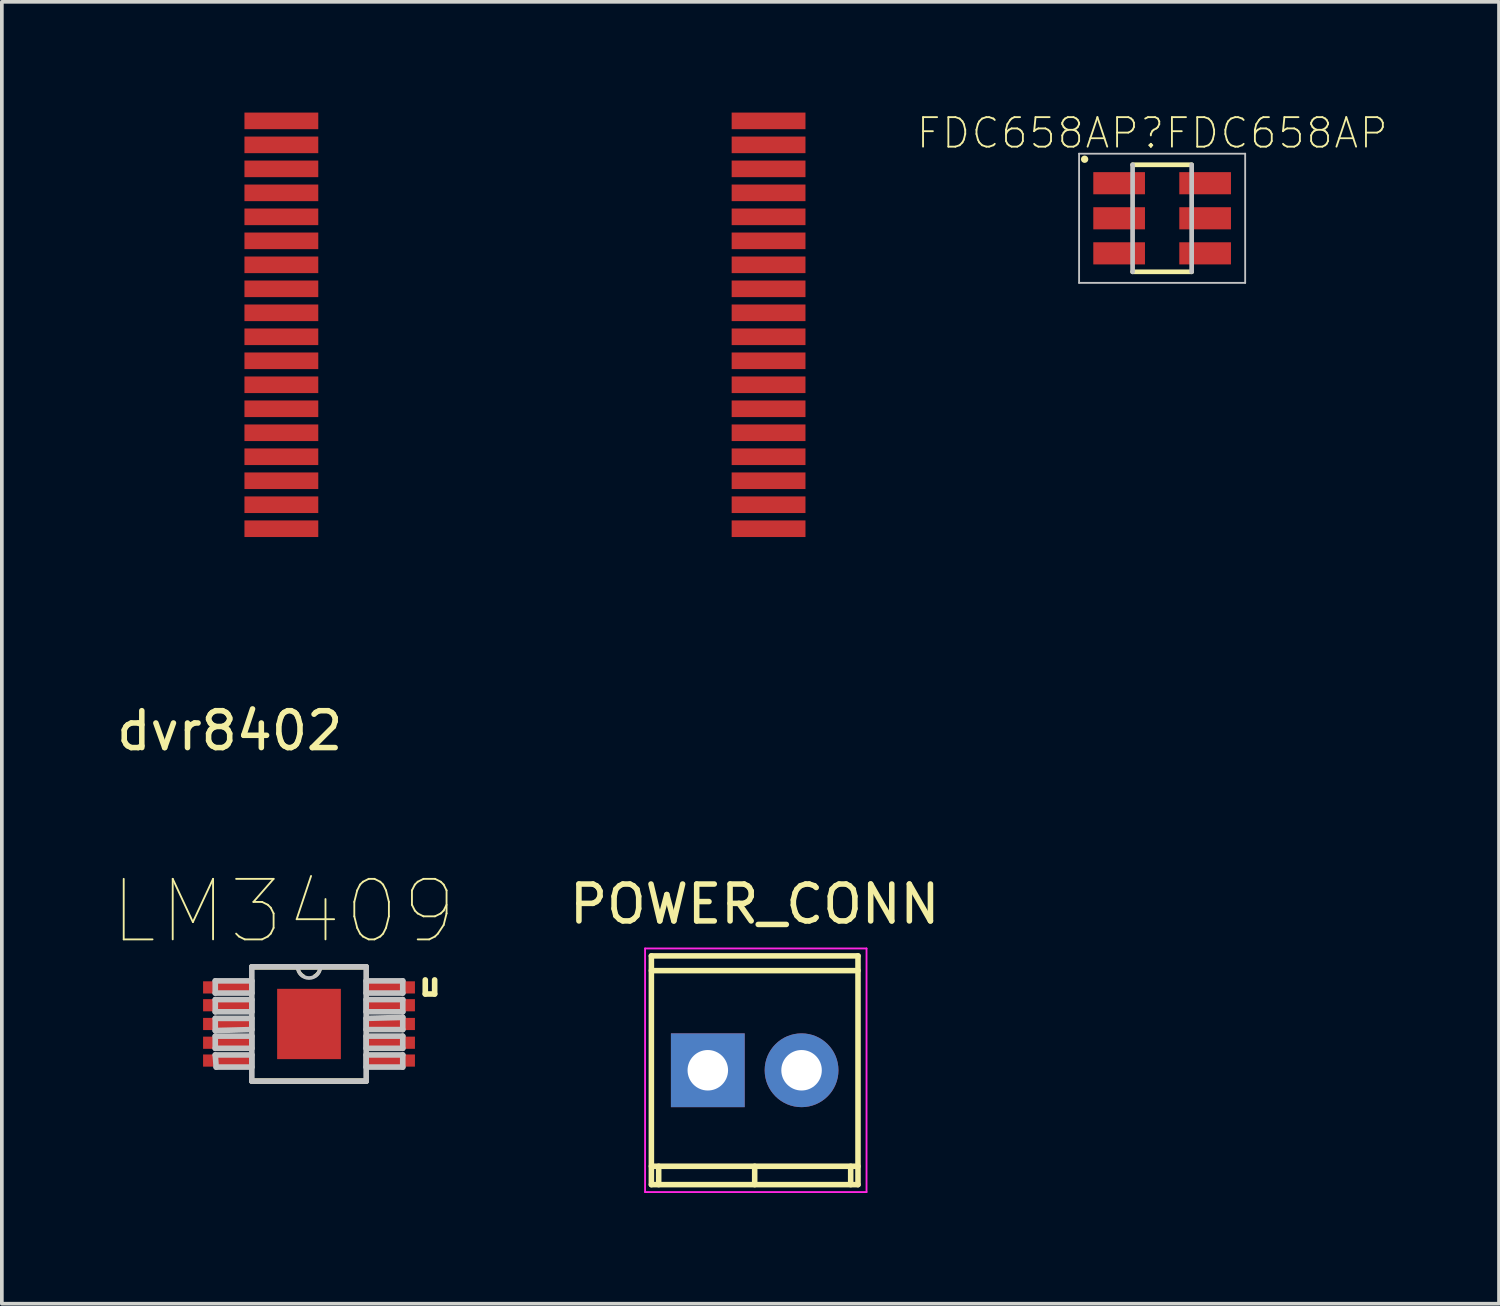
<source format=kicad_pcb>
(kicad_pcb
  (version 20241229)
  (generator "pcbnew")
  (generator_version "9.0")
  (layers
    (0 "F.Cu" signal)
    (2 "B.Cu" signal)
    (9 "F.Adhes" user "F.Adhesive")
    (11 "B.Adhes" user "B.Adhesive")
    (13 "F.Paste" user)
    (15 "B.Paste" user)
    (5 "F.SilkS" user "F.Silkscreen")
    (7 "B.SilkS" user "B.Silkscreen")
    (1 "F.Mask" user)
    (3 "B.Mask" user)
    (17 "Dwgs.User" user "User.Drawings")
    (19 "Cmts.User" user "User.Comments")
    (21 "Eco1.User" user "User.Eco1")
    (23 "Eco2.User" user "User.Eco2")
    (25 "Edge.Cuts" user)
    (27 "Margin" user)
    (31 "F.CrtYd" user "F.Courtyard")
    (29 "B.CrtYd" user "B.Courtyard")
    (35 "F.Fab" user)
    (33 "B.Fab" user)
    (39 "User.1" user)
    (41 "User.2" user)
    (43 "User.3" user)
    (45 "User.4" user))
  (footprint "FDC658AP\rFDC658AP"
    (layer "F.Cu")
    (at 28.436 2.864)
    (property "Reference" "FDC658AP\rFDC658AP" (at -0.268 -2.308 0) (layer "F.SilkS") (effects (font (size 0.8 0.8) (thickness 0.05))))
    (attr smd)
    (fp_line (start -0.8 -1.45) (end 0.8 -1.45) (stroke (width 0.127) (type solid)) (layer "F.SilkS"))
    (fp_line (start 0.8 1.45) (end -0.8 1.45) (stroke (width 0.127) (type solid)) (layer "F.SilkS"))
    (fp_circle (center -2.1 -1.6) (end -2.05 -1.6) (stroke (width 0.1) (type solid)) (fill no) (layer "F.SilkS"))
    (fp_line (start -2.25 -1.75) (end 2.25 -1.75) (stroke (width 0.05) (type solid)) (layer "Dwgs.User"))
    (fp_line (start -2.25 1.75) (end -2.25 -1.75) (stroke (width 0.05) (type solid)) (layer "Dwgs.User"))
    (fp_line (start -0.8 1.45) (end -0.8 -1.45) (stroke (width 0.127) (type solid)) (layer "Dwgs.User"))
    (fp_line (start 0.8 -1.45) (end 0.8 1.45) (stroke (width 0.127) (type solid)) (layer "Dwgs.User"))
    (fp_line (start 2.25 -1.75) (end 2.25 1.75) (stroke (width 0.05) (type solid)) (layer "Dwgs.User"))
    (fp_line (start 2.25 1.75) (end -2.25 1.75) (stroke (width 0.05) (type solid)) (layer "Dwgs.User"))
    (pad "1" smd rect (at -1.165 -0.95) (size 1.4 0.6) (layers "F.Cu" "F.Mask" "F.Paste"))
    (pad "2" smd rect (at -1.165 0) (size 1.4 0.6) (layers "F.Cu" "F.Mask" "F.Paste"))
    (pad "3" smd rect (at -1.165 0.95) (size 1.4 0.6) (layers "F.Cu" "F.Mask" "F.Paste"))
    (pad "4" smd rect (at 1.165 0.95) (size 1.4 0.6) (layers "F.Cu" "F.Mask" "F.Paste"))
    (pad "5" smd rect (at 1.165 0) (size 1.4 0.6) (layers "F.Cu" "F.Mask" "F.Paste"))
    (pad "6" smd rect (at 1.165 -0.95) (size 1.4 0.6) (layers "F.Cu" "F.Mask" "F.Paste")))
  (footprint "dvr8402"
    (layer "F.Cu")
    (at 11.173 5.75)
    (property "Reference" "dvr8402" (at -8 11 0) (layer "F.SilkS") (effects (font (size 1 1) (thickness 0.15))))
    (attr through_hole)
    (pad "1" smd rect (at 6.6 5.525) (size 2 0.45) (layers "F.Cu" "F.Paste"))
    (pad "2" smd rect (at -6.6 5.525) (size 2 0.45) (layers "F.Cu" "F.Paste"))
    (pad "3" smd rect (at 6.6 4.875) (size 2 0.45) (layers "F.Cu" "F.Paste"))
    (pad "4" smd rect (at -6.6 4.875) (size 2 0.45) (layers "F.Cu" "F.Paste"))
    (pad "5" smd rect (at 6.6 4.225) (size 2 0.45) (layers "F.Cu" "F.Paste"))
    (pad "6" smd rect (at -6.6 4.225) (size 2 0.45) (layers "F.Cu" "F.Paste"))
    (pad "7" smd rect (at 6.6 3.575) (size 2 0.45) (layers "F.Cu" "F.Paste"))
    (pad "8" smd rect (at -6.6 3.575) (size 2 0.45) (layers "F.Cu" "F.Paste"))
    (pad "9" smd rect (at 6.6 2.925) (size 2 0.45) (layers "F.Cu" "F.Paste"))
    (pad "10" smd rect (at -6.6 2.925) (size 2 0.45) (layers "F.Cu" "F.Paste"))
    (pad "11" smd rect (at 6.6 2.275) (size 2 0.45) (layers "F.Cu" "F.Paste"))
    (pad "12" smd rect (at -6.6 2.275) (size 2 0.45) (layers "F.Cu" "F.Paste"))
    (pad "13" smd rect (at 6.6 1.625) (size 2 0.45) (layers "F.Cu" "F.Paste"))
    (pad "14" smd rect (at -6.6 1.625) (size 2 0.45) (layers "F.Cu" "F.Paste"))
    (pad "15" smd rect (at 6.6 0.975) (size 2 0.45) (layers "F.Cu" "F.Paste"))
    (pad "16" smd rect (at -6.6 0.975) (size 2 0.45) (layers "F.Cu" "F.Paste"))
    (pad "17" smd rect (at 6.6 0.325) (size 2 0.45) (layers "F.Cu" "F.Paste"))
    (pad "18" smd rect (at -6.6 0.325) (size 2 0.45) (layers "F.Cu" "F.Paste"))
    (pad "19" smd rect (at 6.6 -0.325) (size 2 0.45) (layers "F.Cu" "F.Paste"))
    (pad "20" smd rect (at -6.6 -0.325) (size 2 0.45) (layers "F.Cu" "F.Paste"))
    (pad "21" smd rect (at 6.6 -0.975) (size 2 0.45) (layers "F.Cu" "F.Paste"))
    (pad "22" smd rect (at -6.6 -0.975) (size 2 0.45) (layers "F.Cu" "F.Paste"))
    (pad "23" smd rect (at 6.6 -1.625) (size 2 0.45) (layers "F.Cu" "F.Paste"))
    (pad "24" smd rect (at -6.6 -1.625) (size 2 0.45) (layers "F.Cu" "F.Paste"))
    (pad "25" smd rect (at 6.6 -2.275) (size 2 0.45) (layers "F.Cu" "F.Paste"))
    (pad "26" smd rect (at -6.6 -2.275) (size 2 0.45) (layers "F.Cu" "F.Paste"))
    (pad "27" smd rect (at 6.6 -2.925) (size 2 0.45) (layers "F.Cu" "F.Paste"))
    (pad "28" smd rect (at -6.6 -2.925) (size 2 0.45) (layers "F.Cu" "F.Paste"))
    (pad "29" smd rect (at 6.6 -3.575) (size 2 0.45) (layers "F.Cu" "F.Paste"))
    (pad "30" smd rect (at -6.6 -3.575) (size 2 0.45) (layers "F.Cu" "F.Paste"))
    (pad "31" smd rect (at 6.6 -4.225) (size 2 0.45) (layers "F.Cu" "F.Paste"))
    (pad "32" smd rect (at -6.6 -4.225) (size 2 0.45) (layers "F.Cu" "F.Paste"))
    (pad "33" smd rect (at 6.6 -4.875) (size 2 0.45) (layers "F.Cu" "F.Paste"))
    (pad "34" smd rect (at -6.6 -4.875) (size 2 0.45) (layers "F.Cu" "F.Paste"))
    (pad "35" smd rect (at 6.6 -5.525) (size 2 0.45) (layers "F.Cu" "F.Paste"))
    (pad "36" smd rect (at -6.6 -5.525) (size 2 0.45) (layers "F.Cu" "F.Paste")))
  (footprint "LM3409"
    (layer "F.Cu")
    (at 5.322 24.693)
    (property "Reference" "LM3409" (at -0.686 -3.048 0) (layer "F.SilkS") (effects (font (size 1.64 1.64) (thickness 0.05))))
    (attr smd)
    (fp_line (start -1.549 1.549) (end 1.549 1.549) (stroke (width 0.152) (type solid)) (layer "F.SilkS"))
    (fp_line (start -0.305 -1.549) (end -1.549 -1.549) (stroke (width 0.152) (type solid)) (layer "F.SilkS"))
    (fp_line (start 0.305 -1.549) (end -0.305 -1.549) (stroke (width 0.152) (type solid)) (layer "F.SilkS"))
    (fp_line (start 1.549 -1.549) (end 0.305 -1.549) (stroke (width 0.152) (type solid)) (layer "F.SilkS"))
    (fp_line (start 3.15 -0.813) (end 3.15 -1.194) (stroke (width 0.152) (type solid)) (layer "F.SilkS"))
    (fp_line (start 3.404 -1.194) (end 3.404 -0.813) (stroke (width 0.152) (type solid)) (layer "F.SilkS"))
    (fp_line (start 3.404 -0.813) (end 3.15 -0.813) (stroke (width 0.152) (type solid)) (layer "F.SilkS"))
    (fp_arc (start -0.152402 -1.295399) (mid -0.262631 -1.401982) (end -0.3048 -1.5494) (stroke (width 0.1) (type solid)) (layer "F.SilkS"))
    (fp_arc (start 0.304798 -1.549398) (mid 0.262628 -1.401982) (end 0.1524 -1.2954) (stroke (width 0.1) (type solid)) (layer "F.SilkS"))
    (fp_line (start -2.54 -1.168) (end -2.54 -0.838) (stroke (width 0.152) (type solid)) (layer "Dwgs.User"))
    (fp_line (start -2.54 -0.838) (end -1.549 -0.838) (stroke (width 0.152) (type solid)) (layer "Dwgs.User"))
    (fp_line (start -2.54 -0.66) (end -2.54 -0.33) (stroke (width 0.152) (type solid)) (layer "Dwgs.User"))
    (fp_line (start -2.54 -0.33) (end -1.549 -0.33) (stroke (width 0.152) (type solid)) (layer "Dwgs.User"))
    (fp_line (start -2.54 -0.152) (end -2.54 0.178) (stroke (width 0.152) (type solid)) (layer "Dwgs.User"))
    (fp_line (start -2.54 0.178) (end -1.549 0.152) (stroke (width 0.152) (type solid)) (layer "Dwgs.User"))
    (fp_line (start -2.54 0.33) (end -2.54 0.66) (stroke (width 0.152) (type solid)) (layer "Dwgs.User"))
    (fp_line (start -2.54 0.66) (end -1.549 0.66) (stroke (width 0.152) (type solid)) (layer "Dwgs.User"))
    (fp_line (start -2.54 0.838) (end -2.515 1.168) (stroke (width 0.152) (type solid)) (layer "Dwgs.User"))
    (fp_line (start -2.515 1.168) (end -1.549 1.168) (stroke (width 0.152) (type solid)) (layer "Dwgs.User"))
    (fp_line (start -1.549 -1.549) (end -1.549 1.549) (stroke (width 0.152) (type solid)) (layer "Dwgs.User"))
    (fp_line (start -1.549 -1.168) (end -2.54 -1.168) (stroke (width 0.152) (type solid)) (layer "Dwgs.User"))
    (fp_line (start -1.549 -0.838) (end -1.549 -1.168) (stroke (width 0.152) (type solid)) (layer "Dwgs.User"))
    (fp_line (start -1.549 -0.66) (end -2.54 -0.66) (stroke (width 0.152) (type solid)) (layer "Dwgs.User"))
    (fp_line (start -1.549 -0.33) (end -1.549 -0.66) (stroke (width 0.152) (type solid)) (layer "Dwgs.User"))
    (fp_line (start -1.549 -0.152) (end -2.54 -0.152) (stroke (width 0.152) (type solid)) (layer "Dwgs.User"))
    (fp_line (start -1.549 0.152) (end -1.549 -0.152) (stroke (width 0.152) (type solid)) (layer "Dwgs.User"))
    (fp_line (start -1.549 0.33) (end -2.54 0.33) (stroke (width 0.152) (type solid)) (layer "Dwgs.User"))
    (fp_line (start -1.549 0.66) (end -1.549 0.33) (stroke (width 0.152) (type solid)) (layer "Dwgs.User"))
    (fp_line (start -1.549 0.838) (end -2.54 0.838) (stroke (width 0.152) (type solid)) (layer "Dwgs.User"))
    (fp_line (start -1.549 1.168) (end -1.549 0.838) (stroke (width 0.152) (type solid)) (layer "Dwgs.User"))
    (fp_line (start -1.549 1.549) (end 1.549 1.549) (stroke (width 0.152) (type solid)) (layer "Dwgs.User"))
    (fp_line (start -0.305 -1.549) (end -1.549 -1.549) (stroke (width 0.152) (type solid)) (layer "Dwgs.User"))
    (fp_line (start 0.305 -1.549) (end -0.305 -1.549) (stroke (width 0.152) (type solid)) (layer "Dwgs.User"))
    (fp_line (start 1.549 -1.549) (end 0.305 -1.549) (stroke (width 0.152) (type solid)) (layer "Dwgs.User"))
    (fp_line (start 1.549 -1.168) (end 1.549 -0.838) (stroke (width 0.152) (type solid)) (layer "Dwgs.User"))
    (fp_line (start 1.549 -0.838) (end 2.54 -0.838) (stroke (width 0.152) (type solid)) (layer "Dwgs.User"))
    (fp_line (start 1.549 -0.66) (end 1.549 -0.33) (stroke (width 0.152) (type solid)) (layer "Dwgs.User"))
    (fp_line (start 1.549 -0.33) (end 2.54 -0.33) (stroke (width 0.152) (type solid)) (layer "Dwgs.User"))
    (fp_line (start 1.549 -0.152) (end 1.549 0.152) (stroke (width 0.152) (type solid)) (layer "Dwgs.User"))
    (fp_line (start 1.549 0.152) (end 2.54 0.152) (stroke (width 0.152) (type solid)) (layer "Dwgs.User"))
    (fp_line (start 1.549 0.33) (end 1.549 0.66) (stroke (width 0.152) (type solid)) (layer "Dwgs.User"))
    (fp_line (start 1.549 0.66) (end 2.54 0.66) (stroke (width 0.152) (type solid)) (layer "Dwgs.User"))
    (fp_line (start 1.549 0.838) (end 1.549 1.168) (stroke (width 0.152) (type solid)) (layer "Dwgs.User"))
    (fp_line (start 1.549 1.168) (end 2.54 1.168) (stroke (width 0.152) (type solid)) (layer "Dwgs.User"))
    (fp_line (start 1.549 1.549) (end 1.549 -1.549) (stroke (width 0.152) (type solid)) (layer "Dwgs.User"))
    (fp_line (start 2.54 -1.168) (end 1.549 -1.168) (stroke (width 0.152) (type solid)) (layer "Dwgs.User"))
    (fp_line (start 2.54 -0.838) (end 2.54 -1.168) (stroke (width 0.152) (type solid)) (layer "Dwgs.User"))
    (fp_line (start 2.54 -0.66) (end 1.549 -0.66) (stroke (width 0.152) (type solid)) (layer "Dwgs.User"))
    (fp_line (start 2.54 -0.33) (end 2.54 -0.66) (stroke (width 0.152) (type solid)) (layer "Dwgs.User"))
    (fp_line (start 2.54 -0.178) (end 1.549 -0.152) (stroke (width 0.152) (type solid)) (layer "Dwgs.User"))
    (fp_line (start 2.54 0.152) (end 2.54 -0.178) (stroke (width 0.152) (type solid)) (layer "Dwgs.User"))
    (fp_line (start 2.54 0.33) (end 1.549 0.33) (stroke (width 0.152) (type solid)) (layer "Dwgs.User"))
    (fp_line (start 2.54 0.66) (end 2.54 0.33) (stroke (width 0.152) (type solid)) (layer "Dwgs.User"))
    (fp_line (start 2.54 0.838) (end 1.549 0.838) (stroke (width 0.152) (type solid)) (layer "Dwgs.User"))
    (fp_line (start 2.54 1.168) (end 2.54 0.838) (stroke (width 0.152) (type solid)) (layer "Dwgs.User"))
    (fp_arc (start 0.3048 -1.5494) (mid 0 -1.2446) (end -0.3048 -1.5494) (stroke (width 0.1) (type solid)) (layer "Dwgs.User"))
    (pad "1" smd rect (at -2.184 -0.991) (size 1.372 0.33) (layers "F.Cu" "F.Mask" "F.Paste"))
    (pad "2" smd rect (at -2.184 -0.508) (size 1.372 0.33) (layers "F.Cu" "F.Mask" "F.Paste"))
    (pad "3" smd rect (at -2.184 0) (size 1.372 0.33) (layers "F.Cu" "F.Mask" "F.Paste"))
    (pad "4" smd rect (at -2.184 0.508) (size 1.372 0.33) (layers "F.Cu" "F.Mask" "F.Paste"))
    (pad "5" smd rect (at -2.184 0.991) (size 1.372 0.33) (layers "F.Cu" "F.Mask" "F.Paste"))
    (pad "6" smd rect (at 2.184 0.991) (size 1.372 0.33) (layers "F.Cu" "F.Mask" "F.Paste"))
    (pad "7" smd rect (at 2.184 0.508) (size 1.372 0.33) (layers "F.Cu" "F.Mask" "F.Paste"))
    (pad "8" smd rect (at 2.184 0) (size 1.372 0.33) (layers "F.Cu" "F.Mask" "F.Paste"))
    (pad "9" smd rect (at 2.184 -0.508) (size 1.372 0.33) (layers "F.Cu" "F.Mask" "F.Paste"))
    (pad "10" smd rect (at 2.184 -0.991) (size 1.372 0.33) (layers "F.Cu" "F.Mask" "F.Paste"))
    (pad "11" smd rect (at 0 0) (size 1.727 1.905) (layers "F.Cu" "F.Mask" "F.Paste")))
  (footprint "POWER_CONN"
    (layer "F.Cu")
    (at 16.127 25.947)
    (property "Reference" "POWER_CONN" (at 1.27 -4.501 0) (layer "F.SilkS") (effects (font (size 1 1) (thickness 0.15))))
    (attr through_hole)
    (fp_line (start -1.529 -3.099) (end -1.529 3.099) (stroke (width 0.15) (type solid)) (layer "F.SilkS"))
    (fp_line (start -1.529 -2.7) (end 4.069 -2.7) (stroke (width 0.15) (type solid)) (layer "F.SilkS"))
    (fp_line (start -1.529 3.099) (end 4.069 3.099) (stroke (width 0.15) (type solid)) (layer "F.SilkS"))
    (fp_line (start -1.331 3.099) (end -1.331 2.601) (stroke (width 0.15) (type solid)) (layer "F.SilkS"))
    (fp_line (start 1.27 3.099) (end 1.27 2.601) (stroke (width 0.15) (type solid)) (layer "F.SilkS"))
    (fp_line (start 3.871 2.601) (end 3.871 3.099) (stroke (width 0.15) (type solid)) (layer "F.SilkS"))
    (fp_line (start 4.069 -3.099) (end -1.529 -3.099) (stroke (width 0.15) (type solid)) (layer "F.SilkS"))
    (fp_line (start 4.069 2.601) (end -1.529 2.601) (stroke (width 0.15) (type solid)) (layer "F.SilkS"))
    (fp_line (start 4.069 3.099) (end 4.069 -3.099) (stroke (width 0.15) (type solid)) (layer "F.SilkS"))
    (fp_line (start -1.7 -3.3) (end 4.3 -3.3) (stroke (width 0.05) (type solid)) (layer "F.CrtYd"))
    (fp_line (start -1.7 3.3) (end -1.7 -3.3) (stroke (width 0.05) (type solid)) (layer "F.CrtYd"))
    (fp_line (start 4.3 -3.3) (end 4.3 3.3) (stroke (width 0.05) (type solid)) (layer "F.CrtYd"))
    (fp_line (start 4.3 3.3) (end -1.7 3.3) (stroke (width 0.05) (type solid)) (layer "F.CrtYd"))
    (pad "1" thru_hole rect (at 0 0) (size 1.999 1.999) (drill 1.097) (layers "*.Cu" "*.Mask"))
    (pad "2" thru_hole oval (at 2.54 0) (size 1.999 1.999) (drill 1.097) (layers "*.Cu" "*.Mask")))
  (gr_rect
    (start -3 -3)
    (end 37.563 32.272)
    (stroke (width 0.1) (type default))
    (fill no)
    (layer "Edge.Cuts")))
</source>
